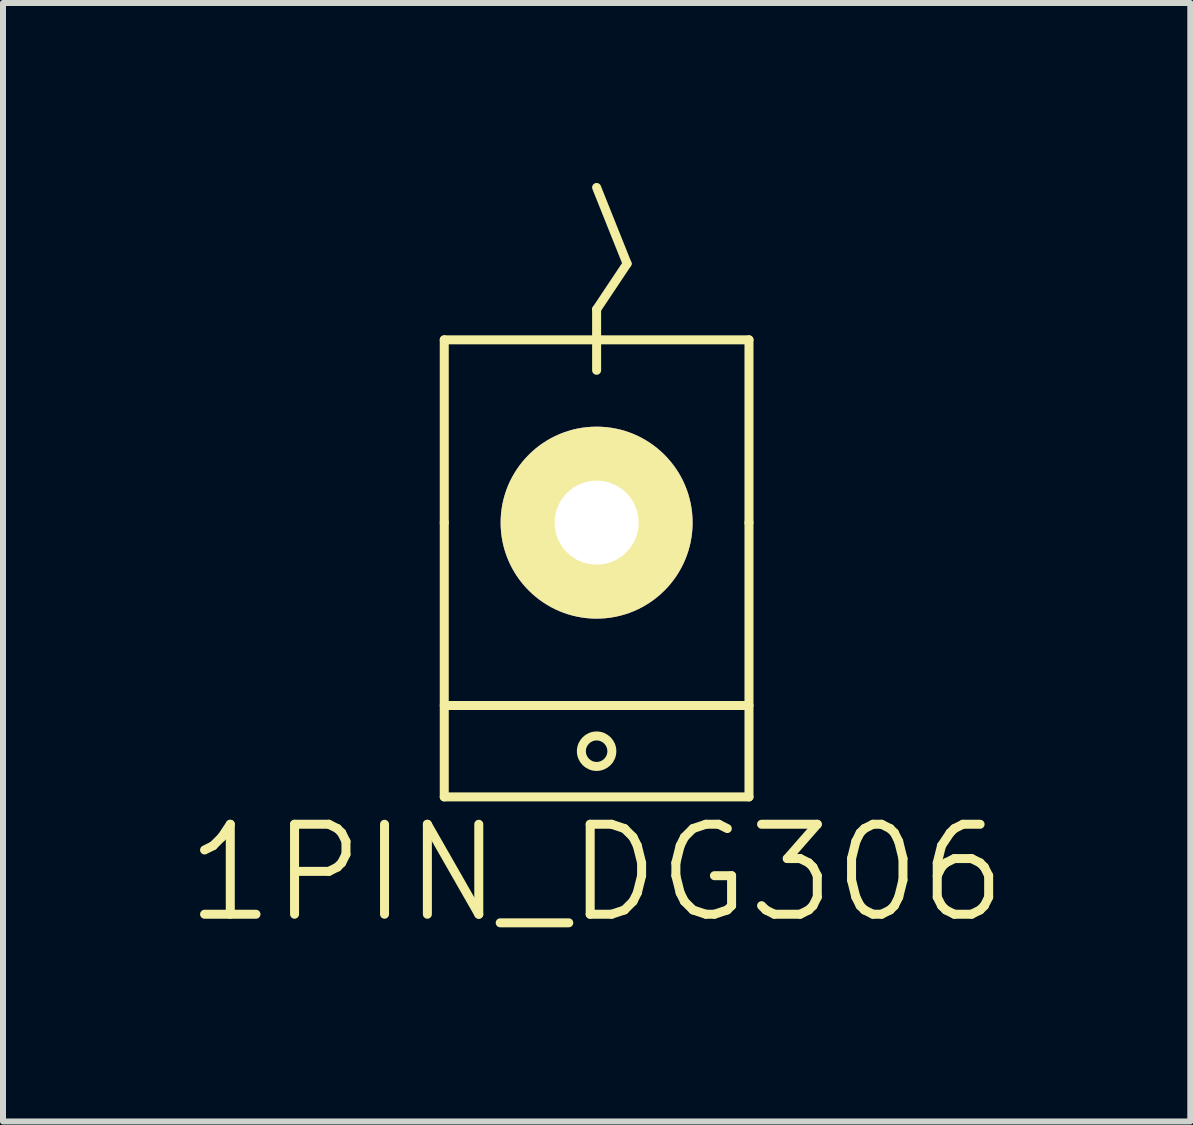
<source format=kicad_pcb>
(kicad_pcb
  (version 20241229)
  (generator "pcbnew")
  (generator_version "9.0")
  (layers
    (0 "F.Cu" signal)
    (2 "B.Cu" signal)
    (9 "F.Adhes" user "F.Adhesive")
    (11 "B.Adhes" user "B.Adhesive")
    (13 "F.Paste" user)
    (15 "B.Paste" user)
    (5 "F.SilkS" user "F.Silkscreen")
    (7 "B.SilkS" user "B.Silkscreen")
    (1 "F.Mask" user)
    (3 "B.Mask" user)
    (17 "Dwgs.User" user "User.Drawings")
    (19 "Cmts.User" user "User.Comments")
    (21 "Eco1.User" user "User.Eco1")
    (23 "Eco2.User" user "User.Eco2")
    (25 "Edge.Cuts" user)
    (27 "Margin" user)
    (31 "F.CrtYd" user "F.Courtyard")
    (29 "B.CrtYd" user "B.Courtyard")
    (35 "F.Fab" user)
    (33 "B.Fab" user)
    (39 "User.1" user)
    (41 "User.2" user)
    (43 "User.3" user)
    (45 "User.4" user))
  (footprint "1PIN_DG306"
    (layer "F.Cu")
    (at 6.896 5.663)
    (property "Reference" "1PIN_DG306" (at 0 5.842 0) (layer "F.SilkS") (effects (font (size 1.5 1.5) (thickness 0.15))))
    (attr through_hole)
    (fp_line (start -2.54 -3.048) (end 2.54 -3.048) (stroke (width 0.15) (type solid)) (layer "F.SilkS"))
    (fp_line (start -2.54 0) (end -2.54 -3.048) (stroke (width 0.15) (type solid)) (layer "F.SilkS"))
    (fp_line (start -2.54 3.048) (end 2.54 3.048) (stroke (width 0.15) (type solid)) (layer "F.SilkS"))
    (fp_line (start -2.54 4.572) (end -2.54 0) (stroke (width 0.15) (type solid)) (layer "F.SilkS"))
    (fp_line (start 0 -3.556) (end 0.508 -4.318) (stroke (width 0.15) (type solid)) (layer "F.SilkS"))
    (fp_line (start 0 -2.54) (end 0 -3.556) (stroke (width 0.15) (type solid)) (layer "F.SilkS"))
    (fp_line (start 0.508 -4.318) (end 0 -5.588) (stroke (width 0.15) (type solid)) (layer "F.SilkS"))
    (fp_line (start 2.54 -3.048) (end 2.54 0) (stroke (width 0.15) (type solid)) (layer "F.SilkS"))
    (fp_line (start 2.54 0) (end 2.54 4.572) (stroke (width 0.15) (type solid)) (layer "F.SilkS"))
    (fp_line (start 2.54 4.572) (end -2.54 4.572) (stroke (width 0.15) (type solid)) (layer "F.SilkS"))
    (fp_circle (center 0 3.81) (end 0 4.064) (stroke (width 0.15) (type solid)) (fill no) (layer "F.SilkS"))
    (pad "1" thru_hole circle (at 0 0) (size 3.2 3.2) (drill 1.4) (layers "*.Cu" "*.Mask" "F.SilkS")))
  (gr_rect
    (start -3 -3)
    (end 16.793 15.646)
    (stroke (width 0.1) (type default))
    (fill no)
    (layer "Edge.Cuts")))
</source>
